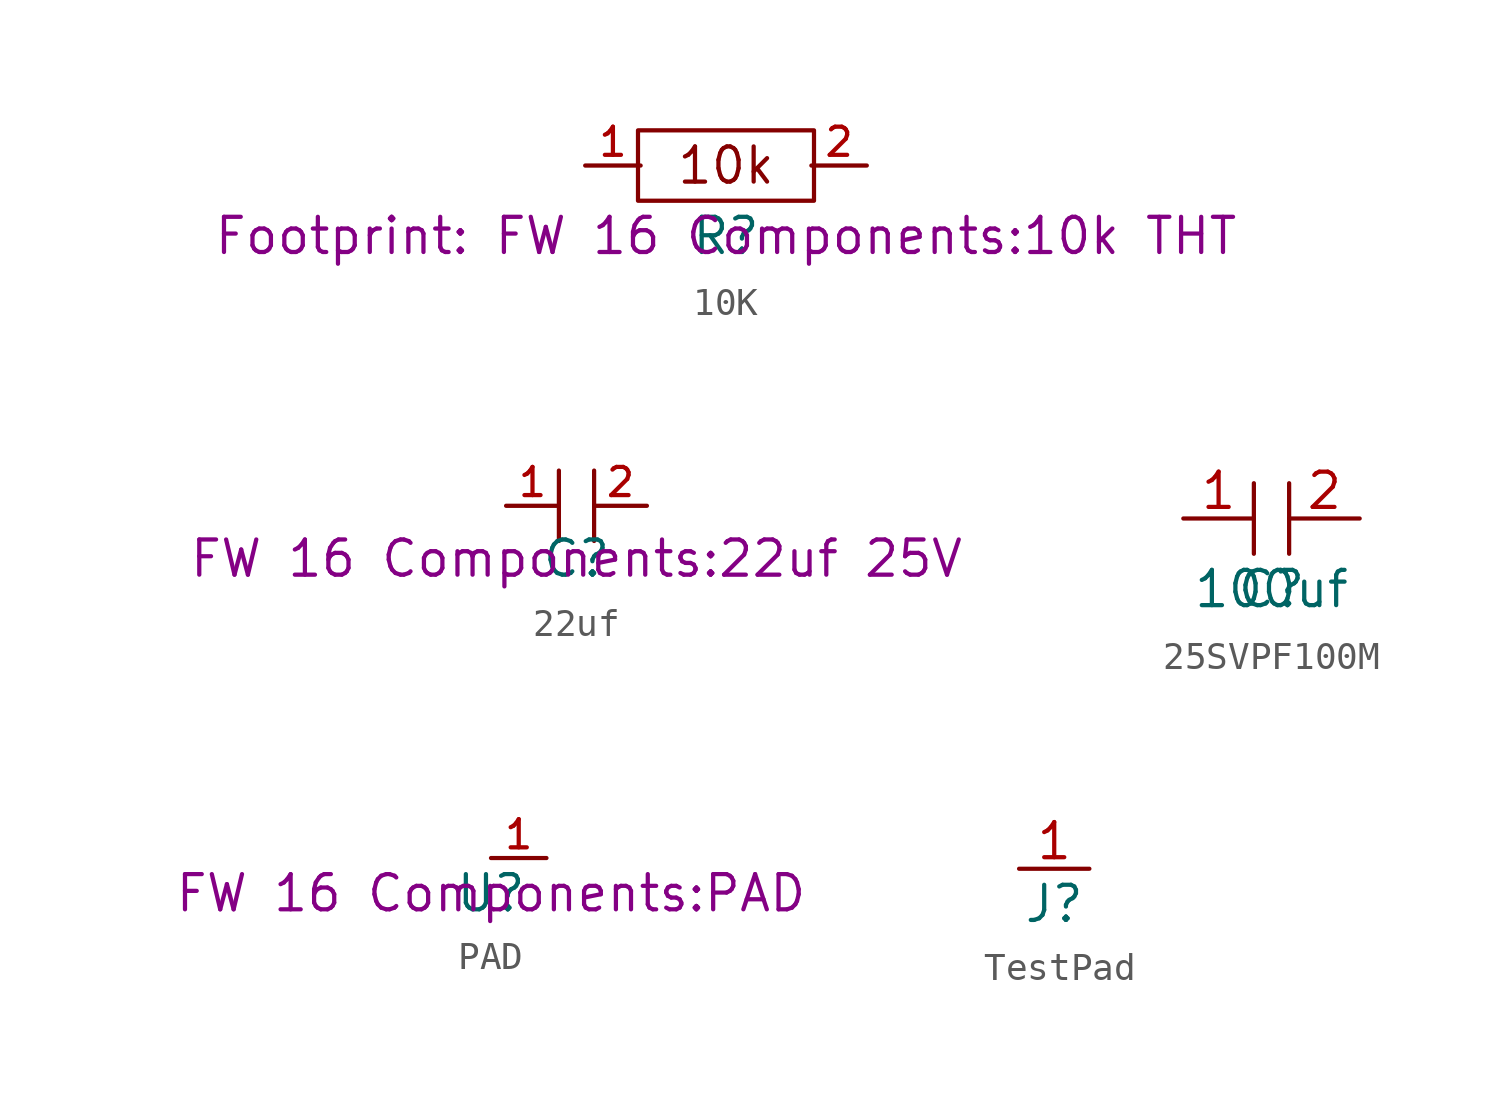
<source format=kicad_sym>
(kicad_symbol_lib
  (version 20231120)
  (generator "kicad_symbol_editor")
  (generator_version "8.0")
  (symbol "10K"
    (property "Reference" "R"
      (at 0 0 0)
      (effects (font (size 1.27 1.27))))
    (property "Value" ""
      (at 0 0 0)
      (effects (font (size 1.27 1.27))))
    (property "Footprint" "FW 16 Components:10k THT"
      (at 0 0 0)
      (show_name)
      (effects (font (size 1.27 1.27))))
    (symbol "10K_0_0"
      (rectangle (start -3.175 3.81) (end 3.175 1.27) (stroke (width 0) (type default)) (fill (type none))))
    (symbol "10K_1_0"
      (text "10k" (at 0 2.54 0) (effects (font (size 1.27 1.27))))
      (pin passive line (at -5.08 2.54 0) (length 2) (name "" (effects (font (size 1.016 1.016)))) (number "1" (effects (font (size 1.016 1.016)))))
      (pin passive line (at 5.08 2.54 180) (length 2) (name "" (effects (font (size 1.016 1.016)))) (number "2" (effects (font (size 1.016 1.016)))))))
  (symbol "22uf"
    (property "Reference" "C"
      (at 0 0 0)
      (effects (font (size 1.27 1.27))))
    (property "Value" ""
      (at 0 0 0)
      (effects (font (size 1.27 1.27))))
    (property "Footprint" "FW 16 Components:22uf 25V"
      (at 0 0 0)
      (effects (font (size 1.27 1.27))))
    (symbol "22uf_0_0"
      (polyline (pts (xy -0.635 3.175) (xy -0.635 0.635)) (stroke (width 0) (type default)) (fill (type none)))
      (polyline (pts (xy 0.635 3.175) (xy 0.635 0.635)) (stroke (width 0) (type default)) (fill (type none))))
    (symbol "22uf_1_0"
      (pin passive line (at -2.54 1.905 0) (length 1.905) (name "" (effects (font (size 1.016 1.016)))) (number "1" (effects (font (size 1.016 1.016)))))
      (pin passive line (at 2.54 1.905 180) (length 1.905) (name "" (effects (font (size 1.016 1.016)))) (number "2" (effects (font (size 1.016 1.016)))))))
  (symbol "25SVPF100M"
    (property "Reference" "C"
      (at 0 0 0)
      (effects (font (size 1.27 1.27))))
    (property "Value" "100uf"
      (at 0 0 0)
      (effects (font (size 1.27 1.27))))
    (symbol "25SVPF100M_0_1"
      (polyline (pts (xy -0.635 1.27) (xy -0.635 3.81)) (stroke (width 0) (type default)) (fill (type none))))
    (symbol "25SVPF100M_1_1"
      (polyline (pts (xy 0.635 1.27) (xy 0.635 3.81)) (stroke (width 0) (type default)) (fill (type none)))
      (pin input line (at -3.175 2.54 0) (length 2.54) (name "" (effects (font (size 1.27 1.27)))) (number "1" (effects (font (size 1.27 1.27)))))
      (pin input line (at 3.175 2.54 180) (length 2.54) (name "" (effects (font (size 1.27 1.27)))) (number "2" (effects (font (size 1.27 1.27)))))))
  (symbol "PAD"
    (property "Reference" "U"
      (at 0 0 0)
      (effects (font (size 1.27 1.27))))
    (property "Value" ""
      (at 0 0 0)
      (effects (font (size 1.27 1.27))))
    (property "Footprint" "FW 16 Components:PAD"
      (at 0 0 0)
      (effects (font (size 1.27 1.27))))
    (symbol "PAD_1_0"
      (pin passive line (at 0 1.27 0) (length 2) (name "" (effects (font (size 1.016 1.016)))) (number "1" (effects (font (size 1.016 1.016)))))))
  (symbol "TestPad"
    (property "Reference" "J"
      (at 0 0 0)
      (effects (font (size 1.27 1.27))))
    (property "Value" ""
      (at 0 0 0)
      (effects (font (size 1.27 1.27))))
    (symbol "TestPad_1_1"
      (pin input line (at 1.27 1.27 180) (length 2.54) (name "" (effects (font (size 1.27 1.27)))) (number "1" (effects (font (size 1.27 1.27))))))))
</source>
